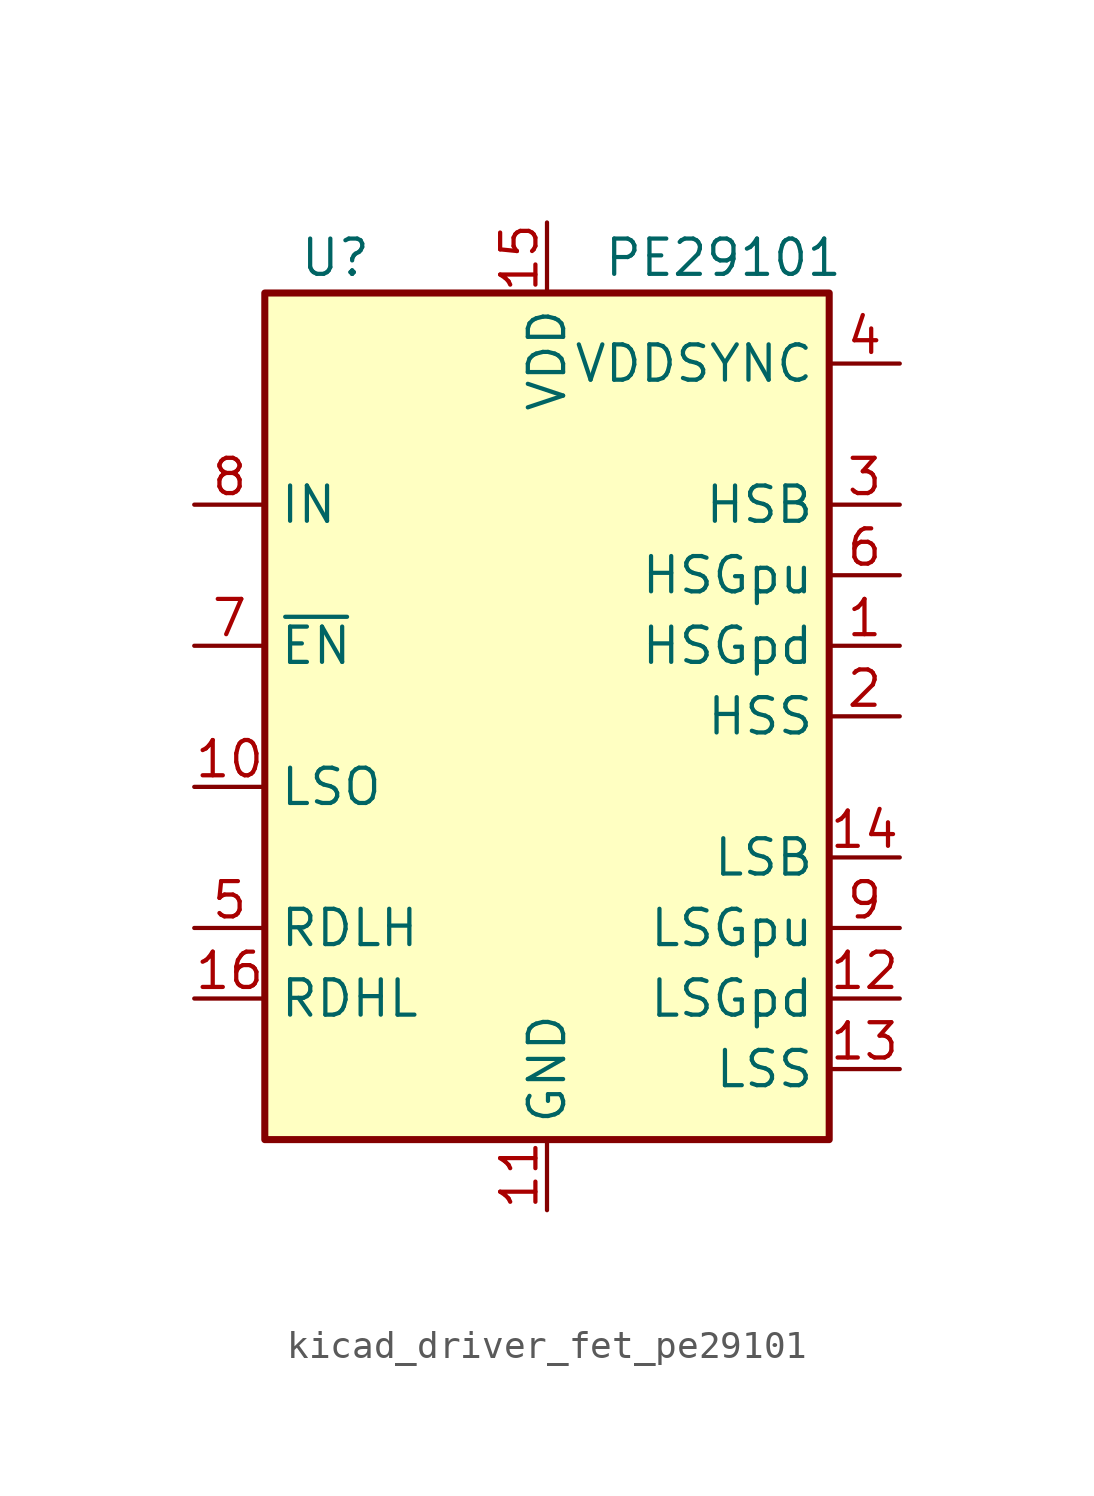
<source format=kicad_sym>
(kicad_symbol_lib
  (version 20220914)
  (generator kicad_symbol_editor)
  (symbol "kicad_driver_fet_pe29101"
    (property "Reference" "U"
      (at -7.62 16.51 0)
      (effects (font (size 1.27 1.27))))
    (property "Value" "PE29101"
      (at 6.35 16.51 0)
      (effects (font (size 1.27 1.27))))
    (symbol "kicad_driver_fet_pe29101_0_1"
      (rectangle (start 10.16 15.24) (end -10.16 -15.24) (stroke (width 0.254) (type default)) (fill (type background))))
    (symbol "kicad_driver_fet_pe29101_1_1"
      (pin output line (at 12.7 2.54 180) (length 2.54) (name "HSGpd" (effects (font (size 1.27 1.27)))) (number "1" (effects (font (size 1.27 1.27)))))
      (pin output line (at -12.7 -2.54 0) (length 2.54) (name "LSO" (effects (font (size 1.27 1.27)))) (number "10" (effects (font (size 1.27 1.27)))))
      (pin power_in line (at 0 -17.78 90) (length 2.54) (name "GND" (effects (font (size 1.27 1.27)))) (number "11" (effects (font (size 1.27 1.27)))))
      (pin output line (at 12.7 -10.16 180) (length 2.54) (name "LSGpd" (effects (font (size 1.27 1.27)))) (number "12" (effects (font (size 1.27 1.27)))))
      (pin passive line (at 12.7 -12.7 180) (length 2.54) (name "LSS" (effects (font (size 1.27 1.27)))) (number "13" (effects (font (size 1.27 1.27)))))
      (pin input line (at 12.7 -5.08 180) (length 2.54) (name "LSB" (effects (font (size 1.27 1.27)))) (number "14" (effects (font (size 1.27 1.27)))))
      (pin power_in line (at 0 17.78 270) (length 2.54) (name "VDD" (effects (font (size 1.27 1.27)))) (number "15" (effects (font (size 1.27 1.27)))))
      (pin passive line (at -12.7 -10.16 0) (length 2.54) (name "RDHL" (effects (font (size 1.27 1.27)))) (number "16" (effects (font (size 1.27 1.27)))))
      (pin passive line (at 12.7 0 180) (length 2.54) (name "HSS" (effects (font (size 1.27 1.27)))) (number "2" (effects (font (size 1.27 1.27)))))
      (pin input line (at 12.7 7.62 180) (length 2.54) (name "HSB" (effects (font (size 1.27 1.27)))) (number "3" (effects (font (size 1.27 1.27)))))
      (pin passive line (at 12.7 12.7 180) (length 2.54) (name "VDDSYNC" (effects (font (size 1.27 1.27)))) (number "4" (effects (font (size 1.27 1.27)))))
      (pin passive line (at -12.7 -7.62 0) (length 2.54) (name "RDLH" (effects (font (size 1.27 1.27)))) (number "5" (effects (font (size 1.27 1.27)))))
      (pin output line (at 12.7 5.08 180) (length 2.54) (name "HSGpu" (effects (font (size 1.27 1.27)))) (number "6" (effects (font (size 1.27 1.27)))))
      (pin input line (at -12.7 2.54 0) (length 2.54) (name "~{EN}" (effects (font (size 1.27 1.27)))) (number "7" (effects (font (size 1.27 1.27)))))
      (pin input line (at -12.7 7.62 0) (length 2.54) (name "IN" (effects (font (size 1.27 1.27)))) (number "8" (effects (font (size 1.27 1.27)))))
      (pin output line (at 12.7 -7.62 180) (length 2.54) (name "LSGpu" (effects (font (size 1.27 1.27)))) (number "9" (effects (font (size 1.27 1.27))))))))
</source>
